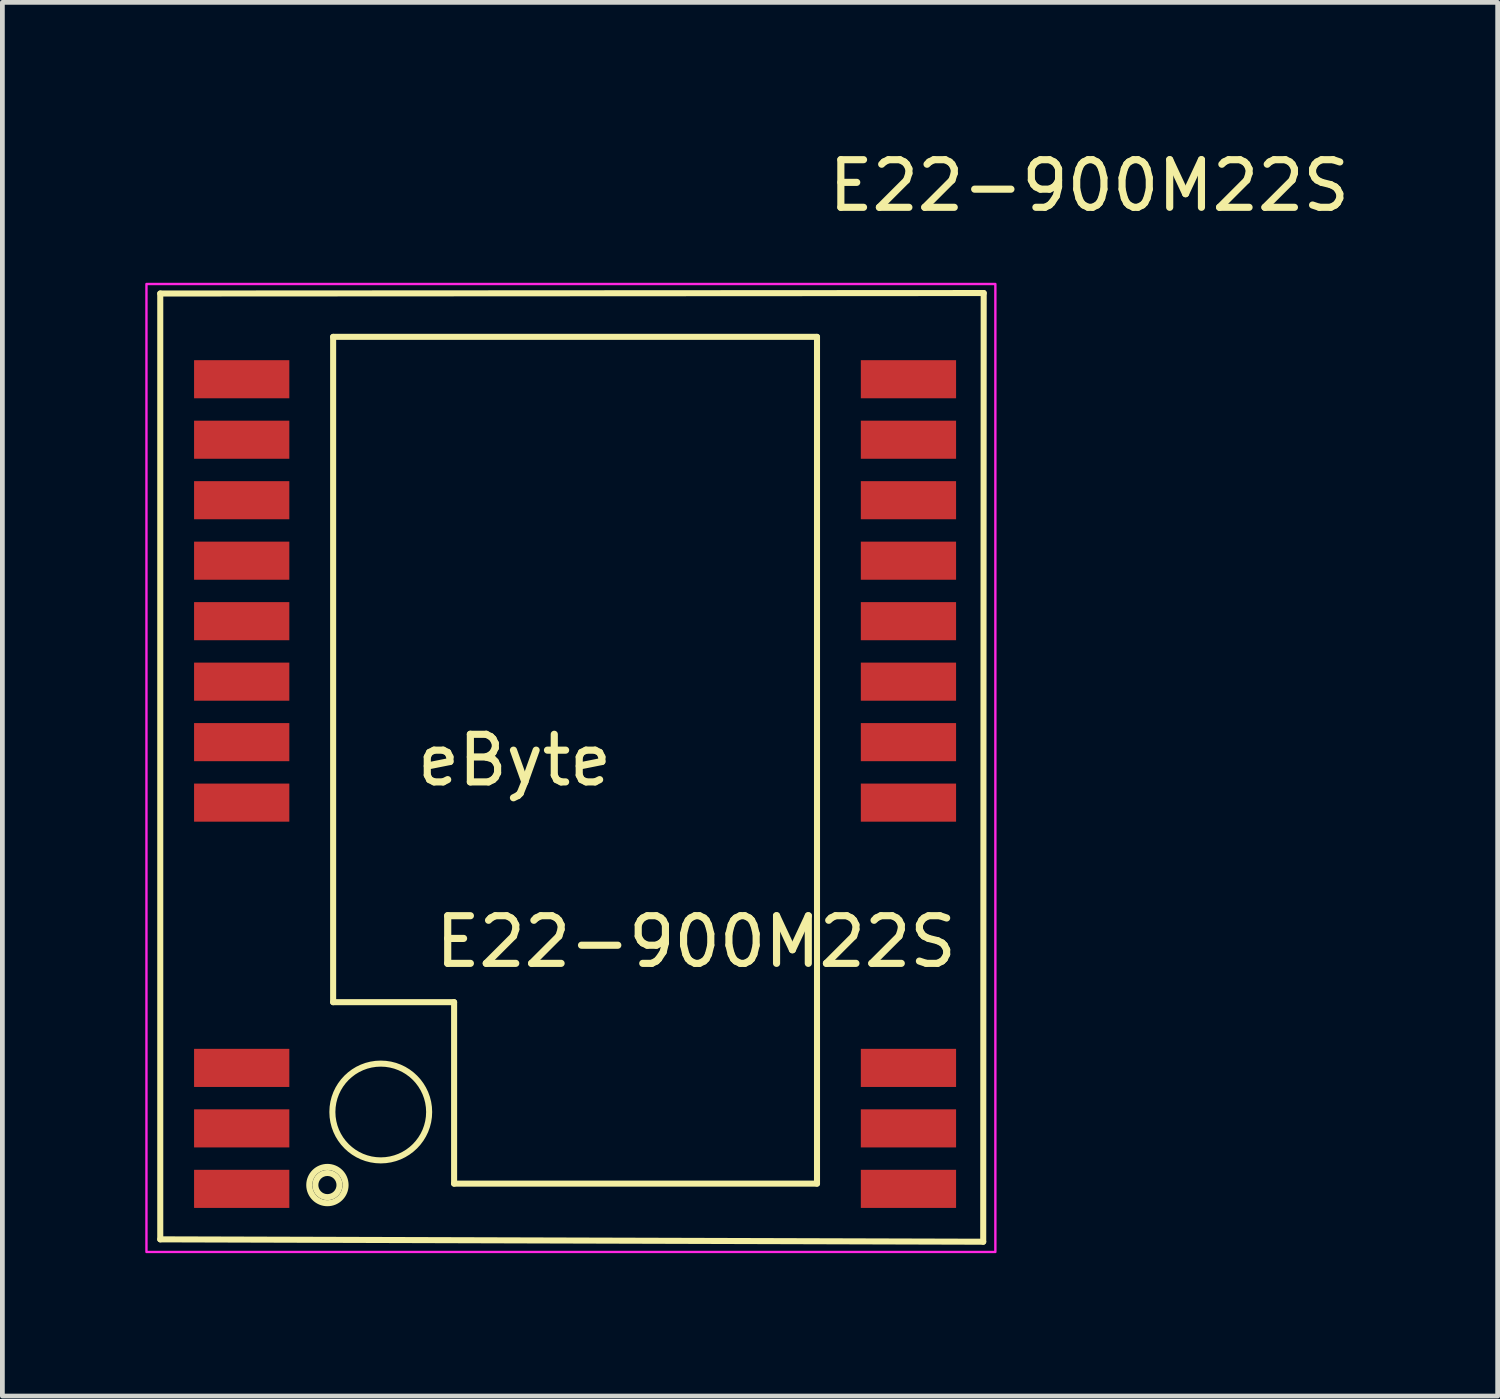
<source format=kicad_pcb>
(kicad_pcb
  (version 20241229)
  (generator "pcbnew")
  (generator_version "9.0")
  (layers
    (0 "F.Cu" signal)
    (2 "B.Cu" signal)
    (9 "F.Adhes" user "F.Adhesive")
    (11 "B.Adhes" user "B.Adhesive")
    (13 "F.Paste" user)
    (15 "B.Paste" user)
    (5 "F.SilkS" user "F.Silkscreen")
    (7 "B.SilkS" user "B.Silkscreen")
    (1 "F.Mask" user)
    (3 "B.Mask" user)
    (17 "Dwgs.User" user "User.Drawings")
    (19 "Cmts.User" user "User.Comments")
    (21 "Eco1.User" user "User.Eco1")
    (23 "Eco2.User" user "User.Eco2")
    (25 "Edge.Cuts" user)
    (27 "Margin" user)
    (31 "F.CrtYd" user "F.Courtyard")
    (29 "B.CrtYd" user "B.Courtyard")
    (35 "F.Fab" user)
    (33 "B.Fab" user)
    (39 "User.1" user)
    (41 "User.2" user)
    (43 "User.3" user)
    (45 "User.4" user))
  (footprint "E22-900M22S"
    (layer "F.Cu")
    (at 9.025 12.913)
    (property "Reference" "E22-900M22S" (at 10.795 -12.065 0) (layer "F.SilkS") (effects (font (size 1 1) (thickness 0.15))))
    (attr smd)
    (fp_line (start -8.71 10.06) (end -8.71 -9.8) (stroke (width 0.127) (type solid)) (layer "F.SilkS"))
    (fp_line (start -8.71 -9.8) (end 8.58 -9.81) (stroke (width 0.127) (type solid)) (layer "F.SilkS"))
    (fp_line (start -5.08 -8.89) (end 5.08 -8.89) (stroke (width 0.127) (type solid)) (layer "F.SilkS"))
    (fp_line (start -5.08 5.08) (end -5.08 -8.89) (stroke (width 0.127) (type solid)) (layer "F.SilkS"))
    (fp_line (start -2.54 5.08) (end -5.08 5.08) (stroke (width 0.127) (type solid)) (layer "F.SilkS"))
    (fp_line (start -2.54 8.89) (end -2.54 5.08) (stroke (width 0.127) (type solid)) (layer "F.SilkS"))
    (fp_line (start 5.08 -8.89) (end 5.08 8.89) (stroke (width 0.127) (type solid)) (layer "F.SilkS"))
    (fp_line (start 5.08 8.89) (end -2.54 8.89) (stroke (width 0.127) (type solid)) (layer "F.SilkS"))
    (fp_line (start 8.57 10.11) (end -8.71 10.06) (stroke (width 0.127) (type solid)) (layer "F.SilkS"))
    (fp_line (start 8.58 -9.81) (end 8.57 10.11) (stroke (width 0.127) (type solid)) (layer "F.SilkS"))
    (fp_circle (center -5.2 8.92) (end -4.946 8.92) (stroke (width 0.127) (type solid)) (fill no) (layer "F.SilkS"))
    (fp_circle (center -5.2 8.92) (end -4.819 8.92) (stroke (width 0.127) (type solid)) (fill no) (layer "F.SilkS"))
    (fp_circle (center -4.08 7.386) (end -3.064 7.386) (stroke (width 0.127) (type solid)) (fill no) (layer "F.SilkS"))
    (fp_rect (start -9 -10) (end 8.825 10.325) (stroke (width 0.05) (type default)) (fill no) (layer "F.CrtYd"))
    (fp_text user "E22-900M22S" (at 2.54 3.81 0) (layer "F.SilkS") (effects (font (size 1 1) (thickness 0.15))))
    (fp_text user "eByte" (at -1.27 0 0) (layer "F.SilkS") (effects (font (size 1 1) (thickness 0.15))))
    (pad "1" smd rect (at 7 9) (size 2 0.8) (layers "F.Cu" "F.Mask" "F.Paste"))
    (pad "2" smd rect (at 7 7.73) (size 2 0.8) (layers "F.Cu" "F.Mask" "F.Paste"))
    (pad "3" smd rect (at 7 6.46) (size 2 0.8) (layers "F.Cu" "F.Mask" "F.Paste"))
    (pad "4" smd rect (at 7 0.89) (size 2 0.8) (layers "F.Cu" "F.Mask" "F.Paste"))
    (pad "5" smd rect (at 7 -0.38) (size 2 0.8) (layers "F.Cu" "F.Mask" "F.Paste"))
    (pad "6" smd rect (at 7 -1.65) (size 2 0.8) (layers "F.Cu" "F.Mask" "F.Paste"))
    (pad "7" smd rect (at 7 -2.92) (size 2 0.8) (layers "F.Cu" "F.Mask" "F.Paste"))
    (pad "8" smd rect (at 7 -4.19) (size 2 0.8) (layers "F.Cu" "F.Mask" "F.Paste"))
    (pad "9" smd rect (at 7 -5.46) (size 2 0.8) (layers "F.Cu" "F.Mask" "F.Paste"))
    (pad "10" smd rect (at 7 -6.73) (size 2 0.8) (layers "F.Cu" "F.Mask" "F.Paste"))
    (pad "11" smd rect (at 7 -8) (size 2 0.8) (layers "F.Cu" "F.Mask" "F.Paste"))
    (pad "12" smd rect (at -7 -8) (size 2 0.8) (layers "F.Cu" "F.Mask" "F.Paste"))
    (pad "13" smd rect (at -7 -6.73) (size 2 0.8) (layers "F.Cu" "F.Mask" "F.Paste"))
    (pad "14" smd rect (at -7 -5.46) (size 2 0.8) (layers "F.Cu" "F.Mask" "F.Paste"))
    (pad "15" smd rect (at -7 -4.19) (size 2 0.8) (layers "F.Cu" "F.Mask" "F.Paste"))
    (pad "16" smd rect (at -7 -2.92) (size 2 0.8) (layers "F.Cu" "F.Mask" "F.Paste"))
    (pad "17" smd rect (at -7 -1.65) (size 2 0.8) (layers "F.Cu" "F.Mask" "F.Paste"))
    (pad "18" smd rect (at -7 -0.38) (size 2 0.8) (layers "F.Cu" "F.Mask" "F.Paste"))
    (pad "19" smd rect (at -7 0.89) (size 2 0.8) (layers "F.Cu" "F.Mask" "F.Paste"))
    (pad "20" smd rect (at -7 6.46) (size 2 0.8) (layers "F.Cu" "F.Mask" "F.Paste"))
    (pad "21" smd rect (at -7 7.73) (size 2 0.8) (layers "F.Cu" "F.Mask" "F.Paste"))
    (pad "22" smd rect (at -7 9) (size 2 0.8) (layers "F.Cu" "F.Mask" "F.Paste")))
  (gr_rect
    (start -3 -3)
    (end 28.397 26.263)
    (stroke (width 0.1) (type default))
    (fill no)
    (layer "Edge.Cuts")))
</source>
